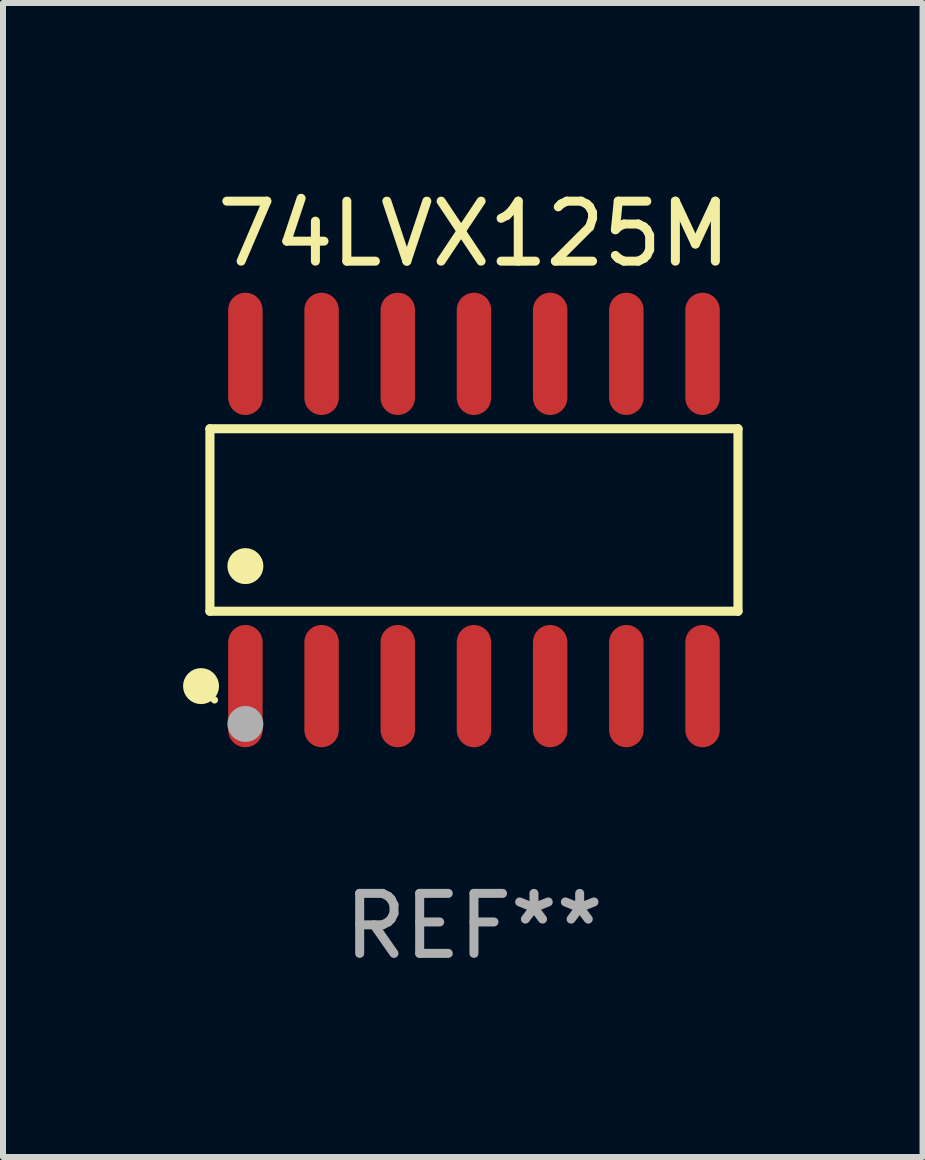
<source format=kicad_pcb>
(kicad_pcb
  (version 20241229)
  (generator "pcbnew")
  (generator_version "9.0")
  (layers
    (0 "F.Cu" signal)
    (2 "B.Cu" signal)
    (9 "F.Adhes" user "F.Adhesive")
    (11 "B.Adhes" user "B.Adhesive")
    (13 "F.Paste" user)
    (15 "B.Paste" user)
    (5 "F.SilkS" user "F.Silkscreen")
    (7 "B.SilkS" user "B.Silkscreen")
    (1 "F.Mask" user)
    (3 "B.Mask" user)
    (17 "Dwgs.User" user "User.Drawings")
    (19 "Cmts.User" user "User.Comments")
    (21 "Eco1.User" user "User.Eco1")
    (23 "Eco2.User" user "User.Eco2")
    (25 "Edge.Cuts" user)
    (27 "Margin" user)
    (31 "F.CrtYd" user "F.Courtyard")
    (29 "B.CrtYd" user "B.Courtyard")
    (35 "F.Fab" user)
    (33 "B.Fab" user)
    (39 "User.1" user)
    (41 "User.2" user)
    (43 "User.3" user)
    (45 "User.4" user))
  (footprint "74LVX125M"
    (layer "F.Cu")
    (at 4.85 5.617)
    (property "Reference" "74LVX125M" (at 0 -4.769 0) (layer "F.SilkS") (effects (font (size 1 1) (thickness 0.15))))
    (attr through_hole)
    (fp_line (start -4.401 -1.521) (end 4.401 -1.521) (stroke (width 0.152) (type solid)) (layer "F.SilkS"))
    (fp_line (start -4.401 1.521) (end -4.401 -1.521) (stroke (width 0.152) (type solid)) (layer "F.SilkS"))
    (fp_line (start 4.401 -1.521) (end 4.401 1.521) (stroke (width 0.152) (type solid)) (layer "F.SilkS"))
    (fp_line (start 4.401 1.521) (end -4.401 1.521) (stroke (width 0.152) (type solid)) (layer "F.SilkS"))
    (fp_circle (center -4.549 2.769) (end -4.399 2.769) (stroke (width 0.3) (type solid)) (fill no) (layer "F.SilkS"))
    (fp_circle (center -4.325 3) (end -4.295 3) (stroke (width 0.06) (type solid)) (fill no) (layer "F.SilkS"))
    (fp_circle (center -3.81 0.769) (end -3.66 0.769) (stroke (width 0.3) (type solid)) (fill no) (layer "F.SilkS"))
    (fp_circle (center -3.81 3.4) (end -3.66 3.4) (stroke (width 0.3) (type solid)) (fill no) (layer "F.Fab"))
    (fp_text user "REF**" (at 0 6.769 0) (layer "F.Fab") (effects (font (size 1 1) (thickness 0.15))))
    (pad "1" smd oval (at -3.81 2.769) (size 0.574 2.038) (layers "F.Cu" "F.Mask" "F.Paste"))
    (pad "2" smd oval (at -2.54 2.769) (size 0.574 2.038) (layers "F.Cu" "F.Mask" "F.Paste"))
    (pad "3" smd oval (at -1.27 2.769) (size 0.574 2.038) (layers "F.Cu" "F.Mask" "F.Paste"))
    (pad "4" smd oval (at 0 2.769) (size 0.574 2.038) (layers "F.Cu" "F.Mask" "F.Paste"))
    (pad "5" smd oval (at 1.27 2.769) (size 0.574 2.038) (layers "F.Cu" "F.Mask" "F.Paste"))
    (pad "6" smd oval (at 2.54 2.769) (size 0.574 2.038) (layers "F.Cu" "F.Mask" "F.Paste"))
    (pad "7" smd oval (at 3.81 2.769) (size 0.574 2.038) (layers "F.Cu" "F.Mask" "F.Paste"))
    (pad "8" smd oval (at 3.81 -2.769) (size 0.574 2.038) (layers "F.Cu" "F.Mask" "F.Paste"))
    (pad "9" smd oval (at 2.54 -2.769) (size 0.574 2.038) (layers "F.Cu" "F.Mask" "F.Paste"))
    (pad "10" smd oval (at 1.27 -2.769) (size 0.574 2.038) (layers "F.Cu" "F.Mask" "F.Paste"))
    (pad "11" smd oval (at 0 -2.769) (size 0.574 2.038) (layers "F.Cu" "F.Mask" "F.Paste"))
    (pad "12" smd oval (at -1.27 -2.769) (size 0.574 2.038) (layers "F.Cu" "F.Mask" "F.Paste"))
    (pad "13" smd oval (at -2.54 -2.769) (size 0.574 2.038) (layers "F.Cu" "F.Mask" "F.Paste"))
    (pad "14" smd oval (at -3.81 -2.769) (size 0.574 2.038) (layers "F.Cu" "F.Mask" "F.Paste")))
  (gr_rect
    (start -3 -3)
    (end 12.327 16.235)
    (stroke (width 0.1) (type default))
    (fill no)
    (layer "Edge.Cuts")))
</source>
